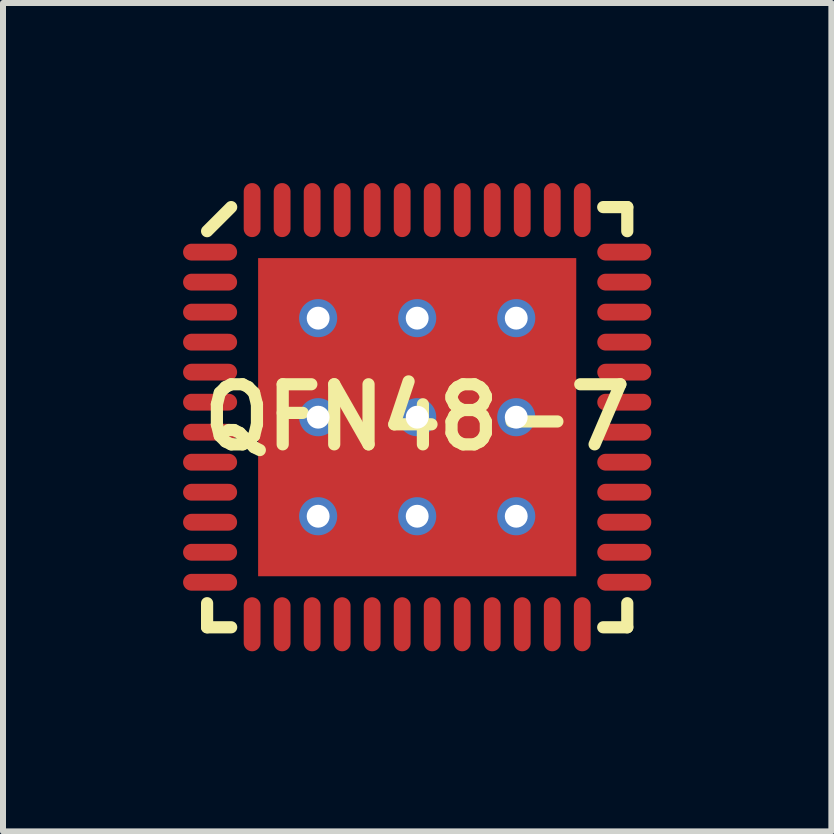
<source format=kicad_pcb>
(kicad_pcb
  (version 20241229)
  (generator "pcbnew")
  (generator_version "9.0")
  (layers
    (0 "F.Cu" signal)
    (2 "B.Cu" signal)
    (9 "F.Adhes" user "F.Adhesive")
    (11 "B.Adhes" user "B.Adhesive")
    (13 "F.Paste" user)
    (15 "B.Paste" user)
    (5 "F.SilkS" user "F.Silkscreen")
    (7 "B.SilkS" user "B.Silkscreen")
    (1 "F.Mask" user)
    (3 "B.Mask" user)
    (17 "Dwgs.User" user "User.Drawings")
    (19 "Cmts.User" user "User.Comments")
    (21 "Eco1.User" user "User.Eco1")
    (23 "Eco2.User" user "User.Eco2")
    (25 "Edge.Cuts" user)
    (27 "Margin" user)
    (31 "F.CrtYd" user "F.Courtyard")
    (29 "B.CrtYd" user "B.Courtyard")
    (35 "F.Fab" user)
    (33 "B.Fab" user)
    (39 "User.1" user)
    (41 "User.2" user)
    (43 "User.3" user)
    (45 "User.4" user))
  (footprint "QFN48-7"
    (layer "F.Cu")
    (at 3.9 3.9)
    (property "Reference" "QFN48-7" (at 0 0 0) (layer "F.SilkS") (effects (font (size 1.001 1.001) (thickness 0.203))))
    (attr through_hole)
    (fp_line (start -3.5 3.099) (end -3.5 3.5) (stroke (width 0.203) (type solid)) (layer "F.SilkS"))
    (fp_line (start -3.5 3.5) (end -3.099 3.5) (stroke (width 0.203) (type solid)) (layer "F.SilkS"))
    (fp_line (start -3.099 -3.5) (end -3.5 -3.099) (stroke (width 0.203) (type solid)) (layer "F.SilkS"))
    (fp_line (start 3.099 3.5) (end 3.5 3.5) (stroke (width 0.203) (type solid)) (layer "F.SilkS"))
    (fp_line (start 3.5 -3.5) (end 3.099 -3.5) (stroke (width 0.203) (type solid)) (layer "F.SilkS"))
    (fp_line (start 3.5 -3.099) (end 3.5 -3.5) (stroke (width 0.203) (type solid)) (layer "F.SilkS"))
    (fp_line (start 3.5 3.5) (end 3.5 3.099) (stroke (width 0.203) (type solid)) (layer "F.SilkS"))
    (pad "0" thru_hole circle (at -1.65 -1.65) (size 0.635 0.635) (drill 0.381) (layers "*.Cu" "B.Mask"))
    (pad "0" smd rect (at -1.65 -1.65) (size 1.65 1.65) (layers "F.Cu" "F.Paste"))
    (pad "0" thru_hole circle (at -1.65 0) (size 0.635 0.635) (drill 0.381) (layers "*.Cu" "B.Mask"))
    (pad "0" smd rect (at -1.65 0) (size 1.65 1.65) (layers "F.Cu" "F.Paste"))
    (pad "0" thru_hole circle (at -1.65 1.65) (size 0.635 0.635) (drill 0.381) (layers "*.Cu" "B.Mask"))
    (pad "0" smd rect (at -1.65 1.65) (size 1.65 1.65) (layers "F.Cu" "F.Paste"))
    (pad "0" thru_hole circle (at 0 -1.65) (size 0.635 0.635) (drill 0.381) (layers "*.Cu" "B.Mask"))
    (pad "0" smd rect (at 0 -1.65) (size 1.65 1.65) (layers "F.Cu" "F.Paste"))
    (pad "0" thru_hole circle (at 0 0) (size 0.635 0.635) (drill 0.381) (layers "*.Cu" "B.Mask"))
    (pad "0" smd rect (at 0 0) (size 1.65 1.65) (layers "F.Cu" "F.Paste"))
    (pad "0" smd rect (at 0 0) (size 5.3 5.3) (layers "F.Cu" "F.Mask"))
    (pad "0" thru_hole circle (at 0 1.65) (size 0.635 0.635) (drill 0.381) (layers "*.Cu" "B.Mask"))
    (pad "0" smd rect (at 0 1.65) (size 1.65 1.65) (layers "F.Cu" "F.Paste"))
    (pad "0" thru_hole circle (at 1.65 -1.65) (size 0.635 0.635) (drill 0.381) (layers "*.Cu" "B.Mask"))
    (pad "0" smd rect (at 1.65 -1.65) (size 1.65 1.65) (layers "F.Cu" "F.Paste"))
    (pad "0" thru_hole circle (at 1.65 0) (size 0.635 0.635) (drill 0.381) (layers "*.Cu" "B.Mask"))
    (pad "0" smd rect (at 1.65 0) (size 1.65 1.65) (layers "F.Cu" "F.Paste"))
    (pad "0" thru_hole circle (at 1.65 1.65) (size 0.635 0.635) (drill 0.381) (layers "*.Cu" "B.Mask"))
    (pad "0" smd rect (at 1.65 1.65) (size 1.65 1.65) (layers "F.Cu" "F.Paste"))
    (pad "1" smd oval (at -3.45 -2.75) (size 0.9 0.28) (layers "F.Cu" "F.Mask" "F.Paste"))
    (pad "2" smd oval (at -3.45 -2.25) (size 0.9 0.28) (layers "F.Cu" "F.Mask" "F.Paste"))
    (pad "3" smd oval (at -3.45 -1.75) (size 0.9 0.28) (layers "F.Cu" "F.Mask" "F.Paste"))
    (pad "4" smd oval (at -3.45 -1.25) (size 0.9 0.28) (layers "F.Cu" "F.Mask" "F.Paste"))
    (pad "5" smd oval (at -3.45 -0.75) (size 0.9 0.28) (layers "F.Cu" "F.Mask" "F.Paste"))
    (pad "6" smd oval (at -3.45 -0.25) (size 0.9 0.28) (layers "F.Cu" "F.Mask" "F.Paste"))
    (pad "7" smd oval (at -3.45 0.25) (size 0.9 0.28) (layers "F.Cu" "F.Mask" "F.Paste"))
    (pad "8" smd oval (at -3.45 0.75) (size 0.9 0.28) (layers "F.Cu" "F.Mask" "F.Paste"))
    (pad "9" smd oval (at -3.45 1.25) (size 0.9 0.28) (layers "F.Cu" "F.Mask" "F.Paste"))
    (pad "10" smd oval (at -3.45 1.75) (size 0.9 0.28) (layers "F.Cu" "F.Mask" "F.Paste"))
    (pad "11" smd oval (at -3.45 2.25) (size 0.9 0.28) (layers "F.Cu" "F.Mask" "F.Paste"))
    (pad "12" smd oval (at -3.45 2.75) (size 0.9 0.28) (layers "F.Cu" "F.Mask" "F.Paste"))
    (pad "13" smd oval (at -2.75 3.45 90) (size 0.9 0.28) (layers "F.Cu" "F.Mask" "F.Paste"))
    (pad "14" smd oval (at -2.25 3.45 90) (size 0.9 0.28) (layers "F.Cu" "F.Mask" "F.Paste"))
    (pad "15" smd oval (at -1.75 3.45 90) (size 0.9 0.28) (layers "F.Cu" "F.Mask" "F.Paste"))
    (pad "16" smd oval (at -1.25 3.45 90) (size 0.9 0.28) (layers "F.Cu" "F.Mask" "F.Paste"))
    (pad "17" smd oval (at -0.75 3.45 90) (size 0.9 0.28) (layers "F.Cu" "F.Mask" "F.Paste"))
    (pad "18" smd oval (at -0.25 3.45 90) (size 0.9 0.28) (layers "F.Cu" "F.Mask" "F.Paste"))
    (pad "19" smd oval (at 0.25 3.45 90) (size 0.9 0.28) (layers "F.Cu" "F.Mask" "F.Paste"))
    (pad "20" smd oval (at 0.75 3.45 90) (size 0.9 0.28) (layers "F.Cu" "F.Mask" "F.Paste"))
    (pad "21" smd oval (at 1.25 3.45 90) (size 0.9 0.28) (layers "F.Cu" "F.Mask" "F.Paste"))
    (pad "22" smd oval (at 1.75 3.45 90) (size 0.9 0.28) (layers "F.Cu" "F.Mask" "F.Paste"))
    (pad "23" smd oval (at 2.25 3.45 90) (size 0.9 0.28) (layers "F.Cu" "F.Mask" "F.Paste"))
    (pad "24" smd oval (at 2.75 3.45 90) (size 0.9 0.28) (layers "F.Cu" "F.Mask" "F.Paste"))
    (pad "25" smd oval (at 3.45 2.75) (size 0.9 0.28) (layers "F.Cu" "F.Mask" "F.Paste"))
    (pad "26" smd oval (at 3.45 2.25) (size 0.9 0.28) (layers "F.Cu" "F.Mask" "F.Paste"))
    (pad "27" smd oval (at 3.45 1.75) (size 0.9 0.28) (layers "F.Cu" "F.Mask" "F.Paste"))
    (pad "28" smd oval (at 3.45 1.25) (size 0.9 0.28) (layers "F.Cu" "F.Mask" "F.Paste"))
    (pad "29" smd oval (at 3.45 0.75) (size 0.9 0.28) (layers "F.Cu" "F.Mask" "F.Paste"))
    (pad "30" smd oval (at 3.45 0.25) (size 0.9 0.28) (layers "F.Cu" "F.Mask" "F.Paste"))
    (pad "31" smd oval (at 3.45 -0.25) (size 0.9 0.28) (layers "F.Cu" "F.Mask" "F.Paste"))
    (pad "32" smd oval (at 3.45 -0.75) (size 0.9 0.28) (layers "F.Cu" "F.Mask" "F.Paste"))
    (pad "33" smd oval (at 3.45 -1.25) (size 0.9 0.28) (layers "F.Cu" "F.Mask" "F.Paste"))
    (pad "34" smd oval (at 3.45 -1.75) (size 0.9 0.28) (layers "F.Cu" "F.Mask" "F.Paste"))
    (pad "35" smd oval (at 3.45 -2.25) (size 0.9 0.28) (layers "F.Cu" "F.Mask" "F.Paste"))
    (pad "36" smd oval (at 3.45 -2.75) (size 0.9 0.28) (layers "F.Cu" "F.Mask" "F.Paste"))
    (pad "37" smd oval (at 2.75 -3.45 90) (size 0.9 0.28) (layers "F.Cu" "F.Mask" "F.Paste"))
    (pad "38" smd oval (at 2.25 -3.45 90) (size 0.9 0.28) (layers "F.Cu" "F.Mask" "F.Paste"))
    (pad "39" smd oval (at 1.75 -3.45 90) (size 0.9 0.28) (layers "F.Cu" "F.Mask" "F.Paste"))
    (pad "40" smd oval (at 1.25 -3.45 90) (size 0.9 0.28) (layers "F.Cu" "F.Mask" "F.Paste"))
    (pad "41" smd oval (at 0.75 -3.45 90) (size 0.9 0.28) (layers "F.Cu" "F.Mask" "F.Paste"))
    (pad "42" smd oval (at 0.25 -3.45 90) (size 0.9 0.28) (layers "F.Cu" "F.Mask" "F.Paste"))
    (pad "43" smd oval (at -0.25 -3.45 90) (size 0.9 0.28) (layers "F.Cu" "F.Mask" "F.Paste"))
    (pad "44" smd oval (at -0.75 -3.45 90) (size 0.9 0.28) (layers "F.Cu" "F.Mask" "F.Paste"))
    (pad "45" smd oval (at -1.25 -3.45 90) (size 0.9 0.28) (layers "F.Cu" "F.Mask" "F.Paste"))
    (pad "46" smd oval (at -1.75 -3.45 90) (size 0.9 0.28) (layers "F.Cu" "F.Mask" "F.Paste"))
    (pad "47" smd oval (at -2.25 -3.45 90) (size 0.9 0.28) (layers "F.Cu" "F.Mask" "F.Paste"))
    (pad "48" smd oval (at -2.75 -3.45 90) (size 0.9 0.28) (layers "F.Cu" "F.Mask" "F.Paste")))
  (gr_rect
    (start -3 -3)
    (end 10.8 10.8)
    (stroke (width 0.1) (type default))
    (fill no)
    (layer "Edge.Cuts")))
</source>
